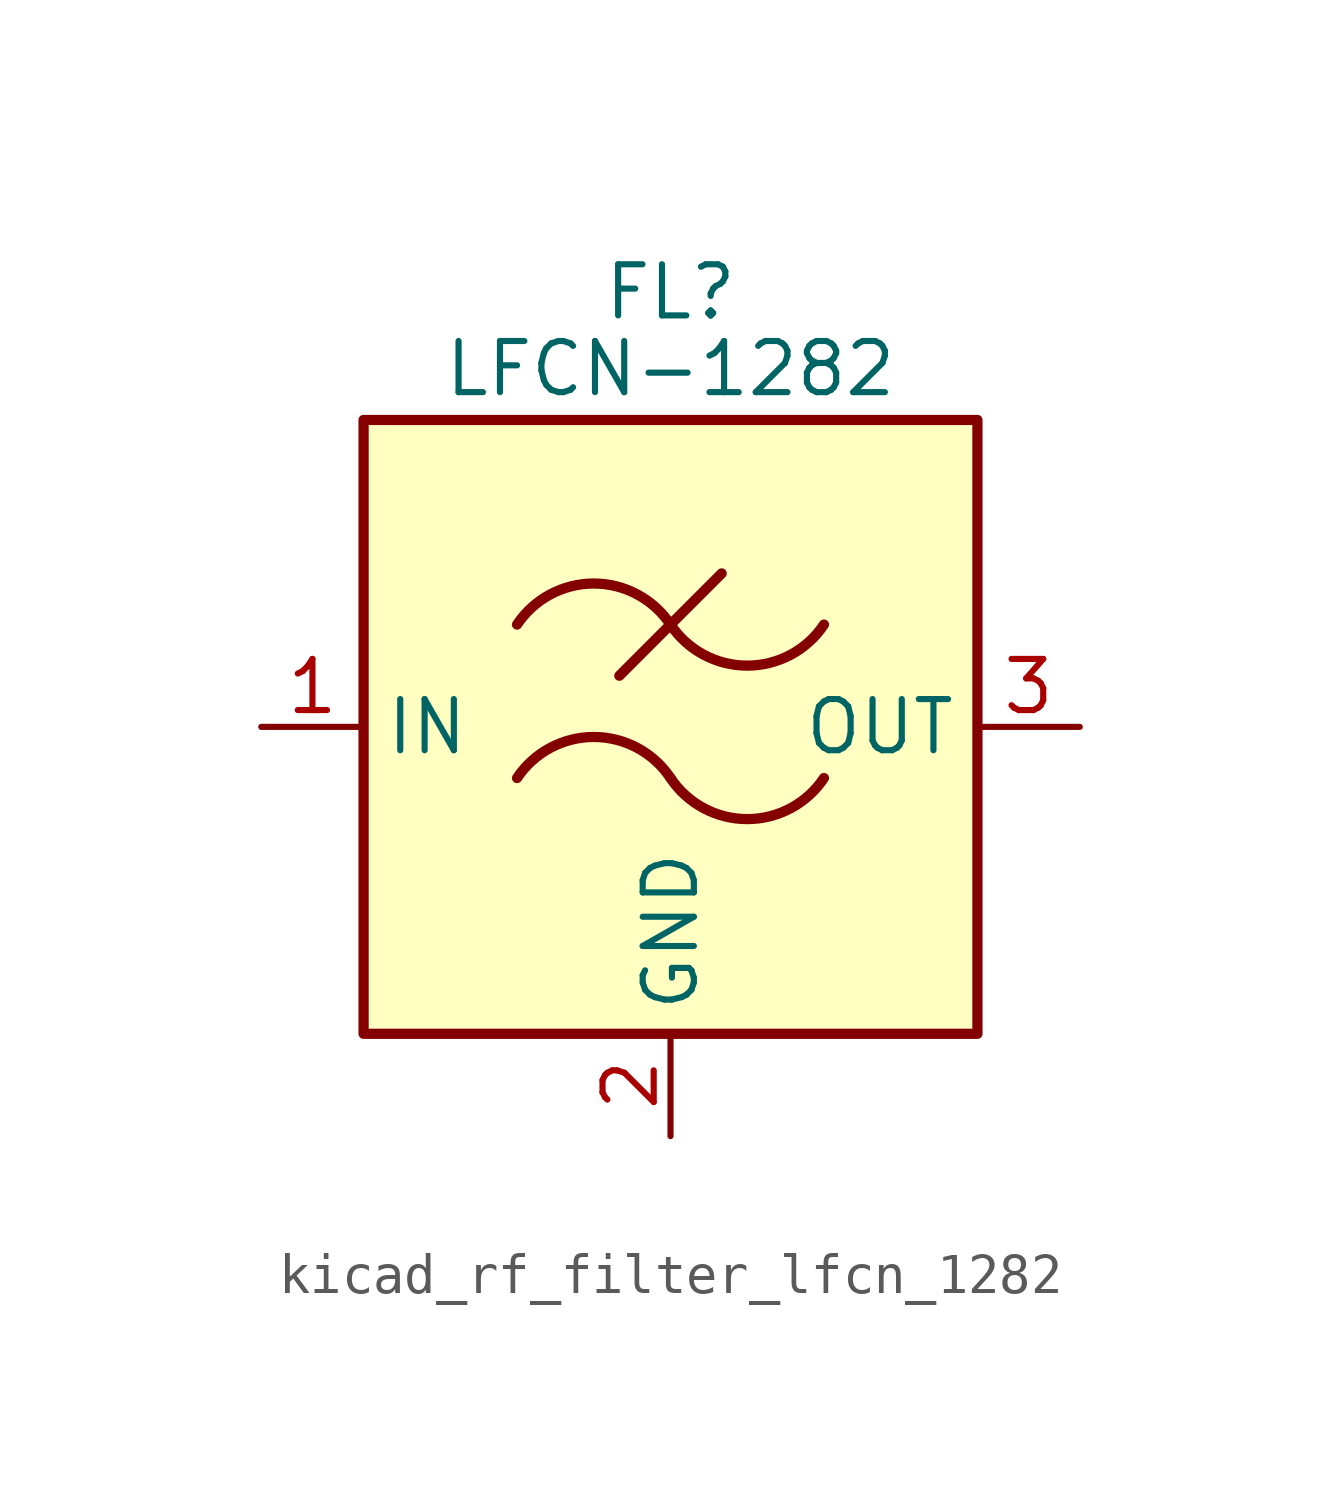
<source format=kicad_sym>
(kicad_symbol_lib
  (version 20220914)
  (generator kicad_symbol_editor)
  (symbol "kicad_rf_filter_lfcn_1282"
    (property "Reference" "FL"
      (at 0 10.795 0)
      (effects (font (size 1.27 1.27))))
    (property "Value" "LFCN-1282"
      (at 0 8.89 0)
      (effects (font (size 1.27 1.27))))
    (symbol "kicad_rf_filter_lfcn_1282_0_1"
      (rectangle (start -7.62 7.62) (end 7.62 -7.62) (stroke (width 0.254) (type default)) (fill (type background)))
      (arc (start 0 -1.27) (mid -1.905 -0.2505) (end -3.81 -1.27) (stroke (width 0.254) (type default)) (fill (type none)))
      (arc (start 0 -1.27) (mid 1.905 -2.2895) (end 3.81 -1.27) (stroke (width 0.254) (type default)) (fill (type none)))
      (polyline (pts (xy -1.27 1.27) (xy 1.27 3.81)) (stroke (width 0.254) (type default)) (fill (type none)))
      (arc (start 0 2.54) (mid -1.905 3.5595) (end -3.81 2.54) (stroke (width 0.254) (type default)) (fill (type none)))
      (arc (start 0 2.54) (mid 1.905 1.5205) (end 3.81 2.54) (stroke (width 0.254) (type default)) (fill (type none))))
    (symbol "kicad_rf_filter_lfcn_1282_1_1"
      (pin passive line (at -10.16 0 0) (length 2.54) (name "IN" (effects (font (size 1.27 1.27)))) (number "1" (effects (font (size 1.27 1.27)))))
      (pin passive line (at 0 -10.16 90) (length 2.54) (name "GND" (effects (font (size 1.27 1.27)))) (number "2" (effects (font (size 1.27 1.27)))))
      (pin passive line (at 10.16 0 180) (length 2.54) (name "OUT" (effects (font (size 1.27 1.27)))) (number "3" (effects (font (size 1.27 1.27)))))
      (pin passive line (at 0 -10.16 90) (length 2.54) hide (name "GND" (effects (font (size 1.27 1.27)))) (number "4" (effects (font (size 1.27 1.27))))))))
</source>
